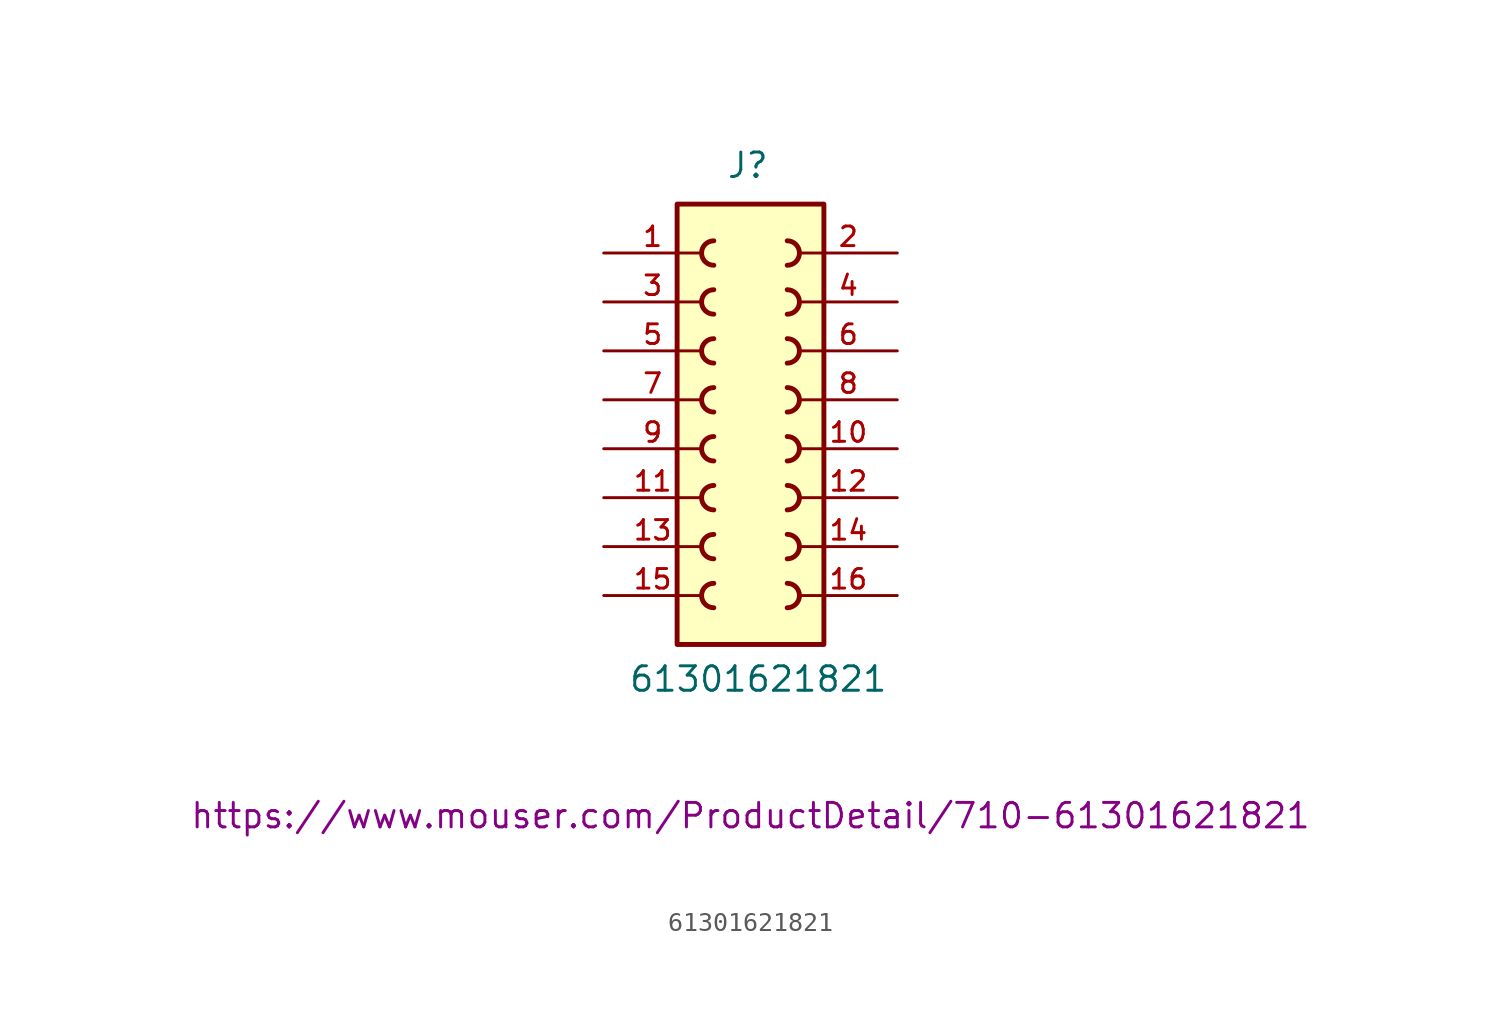
<source format=kicad_sym>
(kicad_symbol_lib
  (version 20211014)
  (generator kicad_symbol_editor)
  (symbol "61301621821"
    (pin_names
      (offset 1.016))
    (property "Reference" "J"
      (at -1.27 13.97 0)
      (effects (font (size 1.27 1.27)) (justify left bottom)))
    (property "Value" "61301621821"
      (at -6.35 -12.7 0)
      (effects (font (size 1.27 1.27)) (justify left bottom)))
    (property "Mouser Link" "https://www.mouser.com/ProductDetail/710-61301621821"
      (at 0 -19.05 0)
      (effects (font (size 1.27 1.27))))
    (symbol "61301621821_0_0"
      (rectangle (start -3.81 12.7) (end 3.81 -10.16) (stroke (width 0.254) (type default) (color 0 0 0 0)) (fill (type background)))
      (arc (start -1.905 -6.985) (mid -2.54 -7.62) (end -1.905 -8.255) (stroke (width 0.254) (type default) (color 0 0 0 0)) (fill (type none)))
      (arc (start -1.905 -4.445) (mid -2.54 -5.08) (end -1.905 -5.715) (stroke (width 0.254) (type default) (color 0 0 0 0)) (fill (type none)))
      (arc (start -1.905 -1.905) (mid -2.54 -2.54) (end -1.905 -3.175) (stroke (width 0.254) (type default) (color 0 0 0 0)) (fill (type none)))
      (arc (start -1.905 0.635) (mid -2.54 0) (end -1.905 -0.635) (stroke (width 0.254) (type default) (color 0 0 0 0)) (fill (type none)))
      (arc (start -1.905 3.175) (mid -2.54 2.54) (end -1.905 1.905) (stroke (width 0.254) (type default) (color 0 0 0 0)) (fill (type none)))
      (arc (start -1.905 5.715) (mid -2.54 5.08) (end -1.905 4.445) (stroke (width 0.254) (type default) (color 0 0 0 0)) (fill (type none)))
      (arc (start -1.905 8.255) (mid -2.54 7.62) (end -1.905 6.985) (stroke (width 0.254) (type default) (color 0 0 0 0)) (fill (type none)))
      (arc (start -1.905 10.795) (mid -2.54 10.16) (end -1.905 9.525) (stroke (width 0.254) (type default) (color 0 0 0 0)) (fill (type none)))
      (arc (start 1.905 -8.255) (mid 2.54 -7.62) (end 1.905 -6.985) (stroke (width 0.254) (type default) (color 0 0 0 0)) (fill (type none)))
      (arc (start 1.905 -5.715) (mid 2.54 -5.08) (end 1.905 -4.445) (stroke (width 0.254) (type default) (color 0 0 0 0)) (fill (type none)))
      (arc (start 1.905 -3.175) (mid 2.54 -2.54) (end 1.905 -1.905) (stroke (width 0.254) (type default) (color 0 0 0 0)) (fill (type none)))
      (arc (start 1.905 -0.635) (mid 2.54 0) (end 1.905 0.635) (stroke (width 0.254) (type default) (color 0 0 0 0)) (fill (type none)))
      (arc (start 1.905 1.905) (mid 2.54 2.54) (end 1.905 3.175) (stroke (width 0.254) (type default) (color 0 0 0 0)) (fill (type none)))
      (arc (start 1.905 4.445) (mid 2.54 5.08) (end 1.905 5.715) (stroke (width 0.254) (type default) (color 0 0 0 0)) (fill (type none)))
      (arc (start 1.905 6.985) (mid 2.54 7.62) (end 1.905 8.255) (stroke (width 0.254) (type default) (color 0 0 0 0)) (fill (type none)))
      (arc (start 1.905 9.525) (mid 2.54 10.16) (end 1.905 10.795) (stroke (width 0.254) (type default) (color 0 0 0 0)) (fill (type none)))
      (pin passive line (at -7.62 10.16 0) (length 5.08) (name "~" (effects (font (size 1.016 1.016)))) (number "1" (effects (font (size 1.016 1.016)))))
      (pin passive line (at 7.62 0 180) (length 5.08) (name "~" (effects (font (size 1.016 1.016)))) (number "10" (effects (font (size 1.016 1.016)))))
      (pin passive line (at -7.62 -2.54 0) (length 5.08) (name "~" (effects (font (size 1.016 1.016)))) (number "11" (effects (font (size 1.016 1.016)))))
      (pin passive line (at 7.62 -2.54 180) (length 5.08) (name "~" (effects (font (size 1.016 1.016)))) (number "12" (effects (font (size 1.016 1.016)))))
      (pin passive line (at -7.62 -5.08 0) (length 5.08) (name "~" (effects (font (size 1.016 1.016)))) (number "13" (effects (font (size 1.016 1.016)))))
      (pin passive line (at 7.62 -5.08 180) (length 5.08) (name "~" (effects (font (size 1.016 1.016)))) (number "14" (effects (font (size 1.016 1.016)))))
      (pin passive line (at -7.62 -7.62 0) (length 5.08) (name "~" (effects (font (size 1.016 1.016)))) (number "15" (effects (font (size 1.016 1.016)))))
      (pin passive line (at 7.62 -7.62 180) (length 5.08) (name "~" (effects (font (size 1.016 1.016)))) (number "16" (effects (font (size 1.016 1.016)))))
      (pin passive line (at 7.62 10.16 180) (length 5.08) (name "~" (effects (font (size 1.016 1.016)))) (number "2" (effects (font (size 1.016 1.016)))))
      (pin passive line (at -7.62 7.62 0) (length 5.08) (name "~" (effects (font (size 1.016 1.016)))) (number "3" (effects (font (size 1.016 1.016)))))
      (pin passive line (at 7.62 7.62 180) (length 5.08) (name "~" (effects (font (size 1.016 1.016)))) (number "4" (effects (font (size 1.016 1.016)))))
      (pin passive line (at -7.62 5.08 0) (length 5.08) (name "~" (effects (font (size 1.016 1.016)))) (number "5" (effects (font (size 1.016 1.016)))))
      (pin passive line (at 7.62 5.08 180) (length 5.08) (name "~" (effects (font (size 1.016 1.016)))) (number "6" (effects (font (size 1.016 1.016)))))
      (pin passive line (at -7.62 2.54 0) (length 5.08) (name "~" (effects (font (size 1.016 1.016)))) (number "7" (effects (font (size 1.016 1.016)))))
      (pin passive line (at 7.62 2.54 180) (length 5.08) (name "~" (effects (font (size 1.016 1.016)))) (number "8" (effects (font (size 1.016 1.016)))))
      (pin passive line (at -7.62 0 0) (length 5.08) (name "~" (effects (font (size 1.016 1.016)))) (number "9" (effects (font (size 1.016 1.016))))))))
</source>
